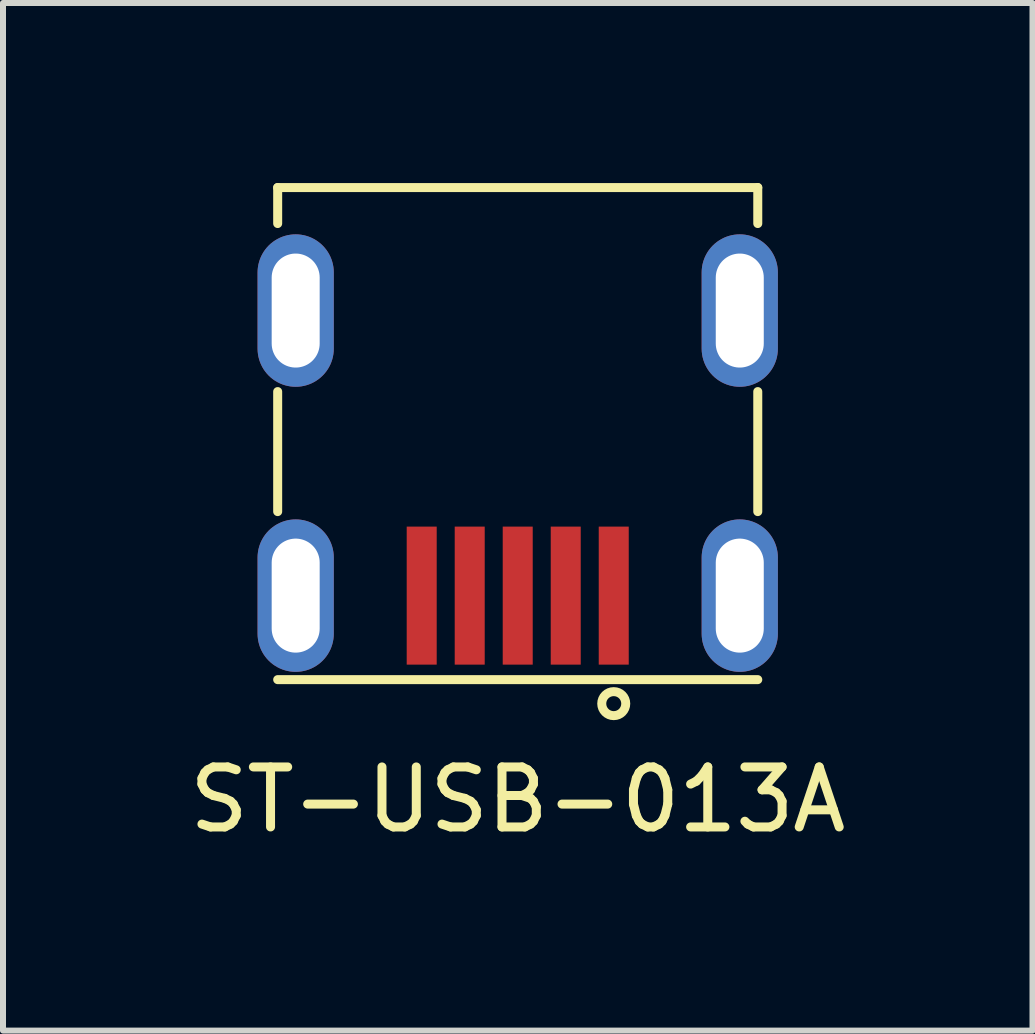
<source format=kicad_pcb>
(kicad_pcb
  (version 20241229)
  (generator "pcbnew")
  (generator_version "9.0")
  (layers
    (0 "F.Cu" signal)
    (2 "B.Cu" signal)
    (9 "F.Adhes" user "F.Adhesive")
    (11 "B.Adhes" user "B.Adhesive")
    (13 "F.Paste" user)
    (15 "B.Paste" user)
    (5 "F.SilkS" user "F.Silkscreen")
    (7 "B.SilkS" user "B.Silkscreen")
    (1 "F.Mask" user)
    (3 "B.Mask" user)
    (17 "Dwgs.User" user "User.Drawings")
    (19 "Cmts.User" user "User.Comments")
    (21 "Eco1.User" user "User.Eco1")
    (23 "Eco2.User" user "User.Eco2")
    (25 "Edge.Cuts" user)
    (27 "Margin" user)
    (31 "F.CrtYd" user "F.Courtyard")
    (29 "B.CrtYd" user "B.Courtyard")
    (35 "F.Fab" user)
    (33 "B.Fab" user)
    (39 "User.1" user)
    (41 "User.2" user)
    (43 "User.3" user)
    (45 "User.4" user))
  (footprint "ST-USB-013A"
    (layer "F.Cu")
    (at 5.577 6.875)
    (property "Reference" "ST-USB-013A" (at 0 3.4 0) (layer "F.SilkS") (effects (font (size 1 1) (thickness 0.15))))
    (attr through_hole)
    (fp_line (start -4 -6.8) (end -4 -6.2) (stroke (width 0.15) (type solid)) (layer "F.SilkS"))
    (fp_line (start -4 -6.8) (end 4 -6.8) (stroke (width 0.15) (type solid)) (layer "F.SilkS"))
    (fp_line (start -4 -3.4) (end -4 -1.4) (stroke (width 0.15) (type solid)) (layer "F.SilkS"))
    (fp_line (start 4 -6.8) (end 4 -6.2) (stroke (width 0.15) (type solid)) (layer "F.SilkS"))
    (fp_line (start 4 -3.4) (end 4 -1.4) (stroke (width 0.15) (type solid)) (layer "F.SilkS"))
    (fp_line (start 4 1.4) (end -4 1.4) (stroke (width 0.15) (type solid)) (layer "F.SilkS"))
    (fp_circle (center 1.6 1.8) (end 1.6 2) (stroke (width 0.15) (type solid)) (fill no) (layer "F.SilkS"))
    (pad "1" smd rect (at 1.6 0) (size 0.5 2.3) (layers "F.Cu" "F.Mask" "F.Paste"))
    (pad "2" smd rect (at 0.8 0) (size 0.5 2.3) (layers "F.Cu" "F.Mask" "F.Paste"))
    (pad "3" smd rect (at 0 0) (size 0.5 2.3) (layers "F.Cu" "F.Mask" "F.Paste"))
    (pad "4" smd rect (at -0.8 0) (size 0.5 2.3) (layers "F.Cu" "F.Mask" "F.Paste"))
    (pad "5" smd rect (at -1.6 0) (size 0.5 2.3) (layers "F.Cu" "F.Mask" "F.Paste"))
    (pad "6" thru_hole oval (at -3.7 -4.75) (size 1.27 2.54) (drill oval 0.8 1.9) (layers "*.Cu" "*.Mask"))
    (pad "6" thru_hole oval (at -3.7 0) (size 1.27 2.54) (drill oval 0.8 1.9) (layers "*.Cu" "*.Mask"))
    (pad "6" thru_hole oval (at 3.7 -4.75) (size 1.27 2.54) (drill oval 0.8 1.9) (layers "*.Cu" "*.Mask"))
    (pad "6" thru_hole oval (at 3.7 0) (size 1.27 2.54) (drill oval 0.8 1.9) (layers "*.Cu" "*.Mask")))
  (gr_rect
    (start -3 -3)
    (end 14.155 14.123)
    (stroke (width 0.1) (type default))
    (fill no)
    (layer "Edge.Cuts")))
</source>
